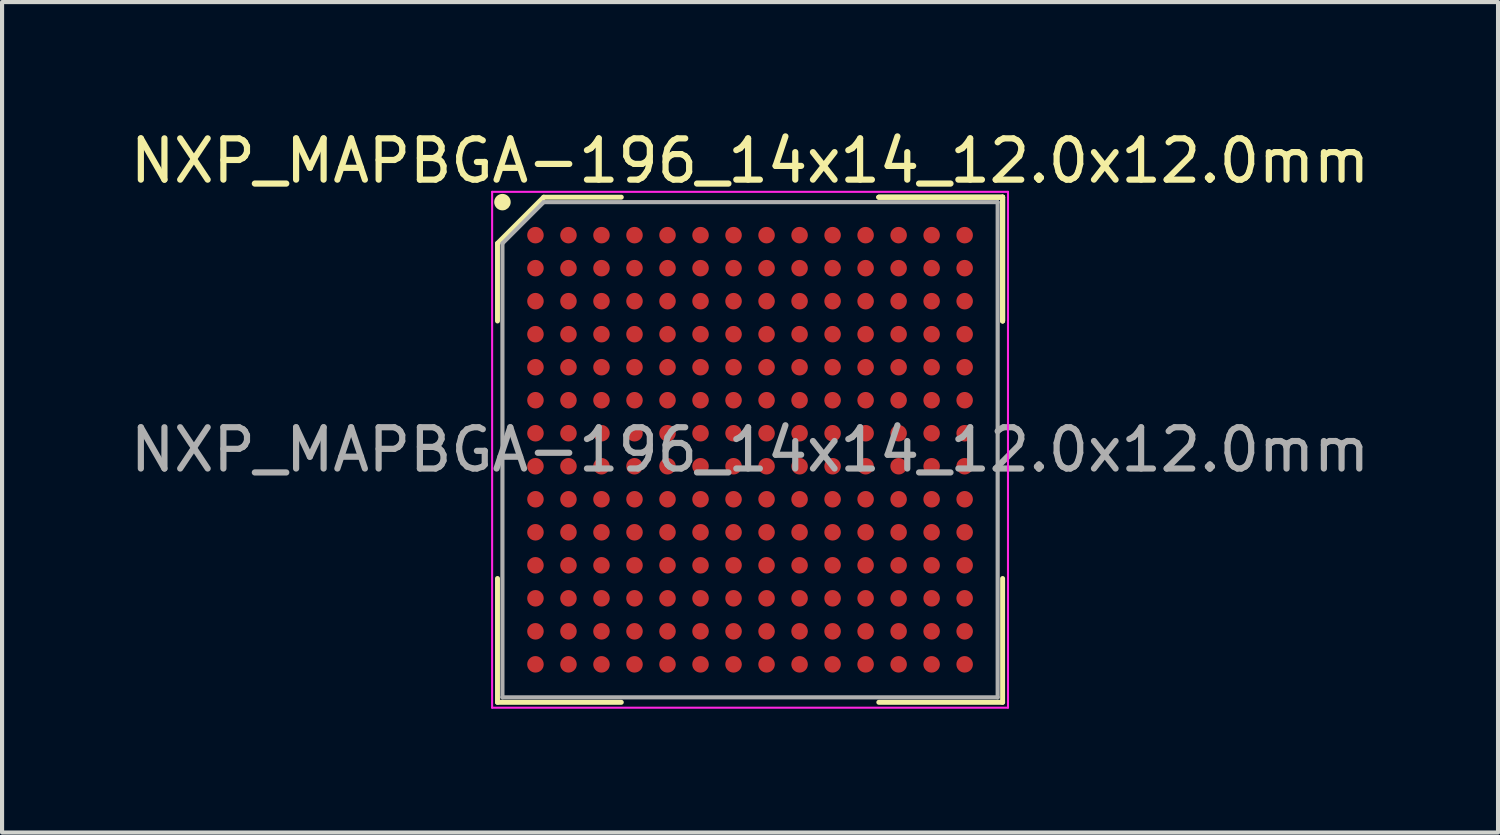
<source format=kicad_pcb>
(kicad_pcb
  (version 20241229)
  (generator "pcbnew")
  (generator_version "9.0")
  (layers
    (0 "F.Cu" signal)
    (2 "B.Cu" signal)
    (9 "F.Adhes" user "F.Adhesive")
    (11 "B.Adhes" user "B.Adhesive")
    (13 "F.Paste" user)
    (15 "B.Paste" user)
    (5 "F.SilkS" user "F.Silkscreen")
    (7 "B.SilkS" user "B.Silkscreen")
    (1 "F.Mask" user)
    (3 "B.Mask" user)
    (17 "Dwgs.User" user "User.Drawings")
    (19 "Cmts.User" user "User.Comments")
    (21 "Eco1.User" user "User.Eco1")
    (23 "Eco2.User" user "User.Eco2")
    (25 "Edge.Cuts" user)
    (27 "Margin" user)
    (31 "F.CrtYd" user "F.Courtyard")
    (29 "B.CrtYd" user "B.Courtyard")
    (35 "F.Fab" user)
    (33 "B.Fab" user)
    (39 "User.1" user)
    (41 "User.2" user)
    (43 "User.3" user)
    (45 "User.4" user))
  (footprint "NXP_MAPBGA-196_14x14_12.0x12.0mm"
    (layer "F.Cu")
    (at 15.125 7.848)
    (property "Reference" "NXP_MAPBGA-196_14x14_12.0x12.0mm" (at 0 -7 0) (layer "F.SilkS") (effects (font (size 1 1) (thickness 0.15))))
    (attr through_hole)
    (fp_line (start -6.12 -5) (end -6.12 -3.12) (stroke (width 0.12) (type solid)) (layer "F.SilkS"))
    (fp_line (start -6.12 6.12) (end -6.12 3.12) (stroke (width 0.12) (type solid)) (layer "F.SilkS"))
    (fp_line (start -5 -6.12) (end -6.12 -5) (stroke (width 0.12) (type solid)) (layer "F.SilkS"))
    (fp_line (start -3.12 -6.12) (end -5 -6.12) (stroke (width 0.12) (type solid)) (layer "F.SilkS"))
    (fp_line (start -3.12 6.12) (end -6.12 6.12) (stroke (width 0.12) (type solid)) (layer "F.SilkS"))
    (fp_line (start 3.12 -6.12) (end 6.12 -6.12) (stroke (width 0.12) (type solid)) (layer "F.SilkS"))
    (fp_line (start 3.12 -6.12) (end 6.12 -6.12) (stroke (width 0.12) (type solid)) (layer "F.SilkS"))
    (fp_line (start 3.12 -6.12) (end 6.12 -6.12) (stroke (width 0.12) (type solid)) (layer "F.SilkS"))
    (fp_line (start 3.12 6.12) (end 6.12 6.12) (stroke (width 0.12) (type solid)) (layer "F.SilkS"))
    (fp_line (start 6.12 -6.12) (end 6.12 -3.12) (stroke (width 0.12) (type solid)) (layer "F.SilkS"))
    (fp_line (start 6.12 -6.12) (end 6.12 -3.12) (stroke (width 0.12) (type solid)) (layer "F.SilkS"))
    (fp_line (start 6.12 -6.12) (end 6.12 -3.12) (stroke (width 0.12) (type solid)) (layer "F.SilkS"))
    (fp_line (start 6.12 6.12) (end 6.12 3.12) (stroke (width 0.12) (type solid)) (layer "F.SilkS"))
    (fp_circle (center -6 -6) (end -6 -5.9) (stroke (width 0.2) (type solid)) (fill no) (layer "F.SilkS"))
    (fp_line (start -6.25 -6.25) (end 6.25 -6.25) (stroke (width 0.05) (type solid)) (layer "F.CrtYd"))
    (fp_line (start -6.25 6.25) (end -6.25 -6.25) (stroke (width 0.05) (type solid)) (layer "F.CrtYd"))
    (fp_line (start 6.25 -6.25) (end 6.25 6.25) (stroke (width 0.05) (type solid)) (layer "F.CrtYd"))
    (fp_line (start 6.25 6.25) (end -6.25 6.25) (stroke (width 0.05) (type solid)) (layer "F.CrtYd"))
    (fp_line (start -6 -5) (end -6 6) (stroke (width 0.1) (type solid)) (layer "F.Fab"))
    (fp_line (start -6 6) (end 6 6) (stroke (width 0.1) (type solid)) (layer "F.Fab"))
    (fp_line (start -5 -6) (end -6 -5) (stroke (width 0.1) (type solid)) (layer "F.Fab"))
    (fp_line (start 6 -6) (end -5 -6) (stroke (width 0.1) (type solid)) (layer "F.Fab"))
    (fp_line (start 6 6) (end 6 -6) (stroke (width 0.1) (type solid)) (layer "F.Fab"))
    (fp_text user "${REFERENCE}" (at 0 0 0) (layer "F.Fab") (effects (font (size 1 1) (thickness 0.15))))
    (pad "A1" smd circle (at -5.2 -5.2) (size 0.4 0.4) (layers "F.Cu" "F.Mask" "F.Paste"))
    (pad "A2" smd circle (at -4.4 -5.2) (size 0.4 0.4) (layers "F.Cu" "F.Mask" "F.Paste"))
    (pad "A3" smd circle (at -3.6 -5.2) (size 0.4 0.4) (layers "F.Cu" "F.Mask" "F.Paste"))
    (pad "A4" smd circle (at -2.8 -5.2) (size 0.4 0.4) (layers "F.Cu" "F.Mask" "F.Paste"))
    (pad "A5" smd circle (at -2 -5.2) (size 0.4 0.4) (layers "F.Cu" "F.Mask" "F.Paste"))
    (pad "A6" smd circle (at -1.2 -5.2) (size 0.4 0.4) (layers "F.Cu" "F.Mask" "F.Paste"))
    (pad "A7" smd circle (at -0.4 -5.2) (size 0.4 0.4) (layers "F.Cu" "F.Mask" "F.Paste"))
    (pad "A8" smd circle (at 0.4 -5.2) (size 0.4 0.4) (layers "F.Cu" "F.Mask" "F.Paste"))
    (pad "A9" smd circle (at 1.2 -5.2) (size 0.4 0.4) (layers "F.Cu" "F.Mask" "F.Paste"))
    (pad "A10" smd circle (at 2 -5.2) (size 0.4 0.4) (layers "F.Cu" "F.Mask" "F.Paste"))
    (pad "A11" smd circle (at 2.8 -5.2) (size 0.4 0.4) (layers "F.Cu" "F.Mask" "F.Paste"))
    (pad "A12" smd circle (at 3.6 -5.2) (size 0.4 0.4) (layers "F.Cu" "F.Mask" "F.Paste"))
    (pad "A13" smd circle (at 4.4 -5.2) (size 0.4 0.4) (layers "F.Cu" "F.Mask" "F.Paste"))
    (pad "A14" smd circle (at 5.2 -5.2) (size 0.4 0.4) (layers "F.Cu" "F.Mask" "F.Paste"))
    (pad "B1" smd circle (at -5.2 -4.4) (size 0.4 0.4) (layers "F.Cu" "F.Mask" "F.Paste"))
    (pad "B2" smd circle (at -4.4 -4.4) (size 0.4 0.4) (layers "F.Cu" "F.Mask" "F.Paste"))
    (pad "B3" smd circle (at -3.6 -4.4) (size 0.4 0.4) (layers "F.Cu" "F.Mask" "F.Paste"))
    (pad "B4" smd circle (at -2.8 -4.4) (size 0.4 0.4) (layers "F.Cu" "F.Mask" "F.Paste"))
    (pad "B5" smd circle (at -2 -4.4) (size 0.4 0.4) (layers "F.Cu" "F.Mask" "F.Paste"))
    (pad "B6" smd circle (at -1.2 -4.4) (size 0.4 0.4) (layers "F.Cu" "F.Mask" "F.Paste"))
    (pad "B7" smd circle (at -0.4 -4.4) (size 0.4 0.4) (layers "F.Cu" "F.Mask" "F.Paste"))
    (pad "B8" smd circle (at 0.4 -4.4) (size 0.4 0.4) (layers "F.Cu" "F.Mask" "F.Paste"))
    (pad "B9" smd circle (at 1.2 -4.4) (size 0.4 0.4) (layers "F.Cu" "F.Mask" "F.Paste"))
    (pad "B10" smd circle (at 2 -4.4) (size 0.4 0.4) (layers "F.Cu" "F.Mask" "F.Paste"))
    (pad "B11" smd circle (at 2.8 -4.4) (size 0.4 0.4) (layers "F.Cu" "F.Mask" "F.Paste"))
    (pad "B12" smd circle (at 3.6 -4.4) (size 0.4 0.4) (layers "F.Cu" "F.Mask" "F.Paste"))
    (pad "B13" smd circle (at 4.4 -4.4) (size 0.4 0.4) (layers "F.Cu" "F.Mask" "F.Paste"))
    (pad "B14" smd circle (at 5.2 -4.4) (size 0.4 0.4) (layers "F.Cu" "F.Mask" "F.Paste"))
    (pad "C1" smd circle (at -5.2 -3.6) (size 0.4 0.4) (layers "F.Cu" "F.Mask" "F.Paste"))
    (pad "C2" smd circle (at -4.4 -3.6) (size 0.4 0.4) (layers "F.Cu" "F.Mask" "F.Paste"))
    (pad "C3" smd circle (at -3.6 -3.6) (size 0.4 0.4) (layers "F.Cu" "F.Mask" "F.Paste"))
    (pad "C4" smd circle (at -2.8 -3.6) (size 0.4 0.4) (layers "F.Cu" "F.Mask" "F.Paste"))
    (pad "C5" smd circle (at -2 -3.6) (size 0.4 0.4) (layers "F.Cu" "F.Mask" "F.Paste"))
    (pad "C6" smd circle (at -1.2 -3.6) (size 0.4 0.4) (layers "F.Cu" "F.Mask" "F.Paste"))
    (pad "C7" smd circle (at -0.4 -3.6) (size 0.4 0.4) (layers "F.Cu" "F.Mask" "F.Paste"))
    (pad "C8" smd circle (at 0.4 -3.6) (size 0.4 0.4) (layers "F.Cu" "F.Mask" "F.Paste"))
    (pad "C9" smd circle (at 1.2 -3.6) (size 0.4 0.4) (layers "F.Cu" "F.Mask" "F.Paste"))
    (pad "C10" smd circle (at 2 -3.6) (size 0.4 0.4) (layers "F.Cu" "F.Mask" "F.Paste"))
    (pad "C11" smd circle (at 2.8 -3.6) (size 0.4 0.4) (layers "F.Cu" "F.Mask" "F.Paste"))
    (pad "C12" smd circle (at 3.6 -3.6) (size 0.4 0.4) (layers "F.Cu" "F.Mask" "F.Paste"))
    (pad "C13" smd circle (at 4.4 -3.6) (size 0.4 0.4) (layers "F.Cu" "F.Mask" "F.Paste"))
    (pad "C14" smd circle (at 5.2 -3.6) (size 0.4 0.4) (layers "F.Cu" "F.Mask" "F.Paste"))
    (pad "D1" smd circle (at -5.2 -2.8) (size 0.4 0.4) (layers "F.Cu" "F.Mask" "F.Paste"))
    (pad "D2" smd circle (at -4.4 -2.8) (size 0.4 0.4) (layers "F.Cu" "F.Mask" "F.Paste"))
    (pad "D3" smd circle (at -3.6 -2.8) (size 0.4 0.4) (layers "F.Cu" "F.Mask" "F.Paste"))
    (pad "D4" smd circle (at -2.8 -2.8) (size 0.4 0.4) (layers "F.Cu" "F.Mask" "F.Paste"))
    (pad "D5" smd circle (at -2 -2.8) (size 0.4 0.4) (layers "F.Cu" "F.Mask" "F.Paste"))
    (pad "D6" smd circle (at -1.2 -2.8) (size 0.4 0.4) (layers "F.Cu" "F.Mask" "F.Paste"))
    (pad "D7" smd circle (at -0.4 -2.8) (size 0.4 0.4) (layers "F.Cu" "F.Mask" "F.Paste"))
    (pad "D8" smd circle (at 0.4 -2.8) (size 0.4 0.4) (layers "F.Cu" "F.Mask" "F.Paste"))
    (pad "D9" smd circle (at 1.2 -2.8) (size 0.4 0.4) (layers "F.Cu" "F.Mask" "F.Paste"))
    (pad "D10" smd circle (at 2 -2.8) (size 0.4 0.4) (layers "F.Cu" "F.Mask" "F.Paste"))
    (pad "D11" smd circle (at 2.8 -2.8) (size 0.4 0.4) (layers "F.Cu" "F.Mask" "F.Paste"))
    (pad "D12" smd circle (at 3.6 -2.8) (size 0.4 0.4) (layers "F.Cu" "F.Mask" "F.Paste"))
    (pad "D13" smd circle (at 4.4 -2.8) (size 0.4 0.4) (layers "F.Cu" "F.Mask" "F.Paste"))
    (pad "D14" smd circle (at 5.2 -2.8) (size 0.4 0.4) (layers "F.Cu" "F.Mask" "F.Paste"))
    (pad "E1" smd circle (at -5.2 -2) (size 0.4 0.4) (layers "F.Cu" "F.Mask" "F.Paste"))
    (pad "E2" smd circle (at -4.4 -2) (size 0.4 0.4) (layers "F.Cu" "F.Mask" "F.Paste"))
    (pad "E3" smd circle (at -3.6 -2) (size 0.4 0.4) (layers "F.Cu" "F.Mask" "F.Paste"))
    (pad "E4" smd circle (at -2.8 -2) (size 0.4 0.4) (layers "F.Cu" "F.Mask" "F.Paste"))
    (pad "E5" smd circle (at -2 -2) (size 0.4 0.4) (layers "F.Cu" "F.Mask" "F.Paste"))
    (pad "E6" smd circle (at -1.2 -2) (size 0.4 0.4) (layers "F.Cu" "F.Mask" "F.Paste"))
    (pad "E7" smd circle (at -0.4 -2) (size 0.4 0.4) (layers "F.Cu" "F.Mask" "F.Paste"))
    (pad "E8" smd circle (at 0.4 -2) (size 0.4 0.4) (layers "F.Cu" "F.Mask" "F.Paste"))
    (pad "E9" smd circle (at 1.2 -2) (size 0.4 0.4) (layers "F.Cu" "F.Mask" "F.Paste"))
    (pad "E10" smd circle (at 2 -2) (size 0.4 0.4) (layers "F.Cu" "F.Mask" "F.Paste"))
    (pad "E11" smd circle (at 2.8 -2) (size 0.4 0.4) (layers "F.Cu" "F.Mask" "F.Paste"))
    (pad "E12" smd circle (at 3.6 -2) (size 0.4 0.4) (layers "F.Cu" "F.Mask" "F.Paste"))
    (pad "E13" smd circle (at 4.4 -2) (size 0.4 0.4) (layers "F.Cu" "F.Mask" "F.Paste"))
    (pad "E14" smd circle (at 5.2 -2) (size 0.4 0.4) (layers "F.Cu" "F.Mask" "F.Paste"))
    (pad "F1" smd circle (at -5.2 -1.2) (size 0.4 0.4) (layers "F.Cu" "F.Mask" "F.Paste"))
    (pad "F2" smd circle (at -4.4 -1.2) (size 0.4 0.4) (layers "F.Cu" "F.Mask" "F.Paste"))
    (pad "F3" smd circle (at -3.6 -1.2) (size 0.4 0.4) (layers "F.Cu" "F.Mask" "F.Paste"))
    (pad "F4" smd circle (at -2.8 -1.2) (size 0.4 0.4) (layers "F.Cu" "F.Mask" "F.Paste"))
    (pad "F5" smd circle (at -2 -1.2) (size 0.4 0.4) (layers "F.Cu" "F.Mask" "F.Paste"))
    (pad "F6" smd circle (at -1.2 -1.2) (size 0.4 0.4) (layers "F.Cu" "F.Mask" "F.Paste"))
    (pad "F7" smd circle (at -0.4 -1.2) (size 0.4 0.4) (layers "F.Cu" "F.Mask" "F.Paste"))
    (pad "F8" smd circle (at 0.4 -1.2) (size 0.4 0.4) (layers "F.Cu" "F.Mask" "F.Paste"))
    (pad "F9" smd circle (at 1.2 -1.2) (size 0.4 0.4) (layers "F.Cu" "F.Mask" "F.Paste"))
    (pad "F10" smd circle (at 2 -1.2) (size 0.4 0.4) (layers "F.Cu" "F.Mask" "F.Paste"))
    (pad "F11" smd circle (at 2.8 -1.2) (size 0.4 0.4) (layers "F.Cu" "F.Mask" "F.Paste"))
    (pad "F12" smd circle (at 3.6 -1.2) (size 0.4 0.4) (layers "F.Cu" "F.Mask" "F.Paste"))
    (pad "F13" smd circle (at 4.4 -1.2) (size 0.4 0.4) (layers "F.Cu" "F.Mask" "F.Paste"))
    (pad "F14" smd circle (at 5.2 -1.2) (size 0.4 0.4) (layers "F.Cu" "F.Mask" "F.Paste"))
    (pad "G1" smd circle (at -5.2 -0.4) (size 0.4 0.4) (layers "F.Cu" "F.Mask" "F.Paste"))
    (pad "G2" smd circle (at -4.4 -0.4) (size 0.4 0.4) (layers "F.Cu" "F.Mask" "F.Paste"))
    (pad "G3" smd circle (at -3.6 -0.4) (size 0.4 0.4) (layers "F.Cu" "F.Mask" "F.Paste"))
    (pad "G4" smd circle (at -2.8 -0.4) (size 0.4 0.4) (layers "F.Cu" "F.Mask" "F.Paste"))
    (pad "G5" smd circle (at -2 -0.4) (size 0.4 0.4) (layers "F.Cu" "F.Mask" "F.Paste"))
    (pad "G6" smd circle (at -1.2 -0.4) (size 0.4 0.4) (layers "F.Cu" "F.Mask" "F.Paste"))
    (pad "G7" smd circle (at -0.4 -0.4) (size 0.4 0.4) (layers "F.Cu" "F.Mask" "F.Paste"))
    (pad "G8" smd circle (at 0.4 -0.4) (size 0.4 0.4) (layers "F.Cu" "F.Mask" "F.Paste"))
    (pad "G9" smd circle (at 1.2 -0.4) (size 0.4 0.4) (layers "F.Cu" "F.Mask" "F.Paste"))
    (pad "G10" smd circle (at 2 -0.4) (size 0.4 0.4) (layers "F.Cu" "F.Mask" "F.Paste"))
    (pad "G11" smd circle (at 2.8 -0.4) (size 0.4 0.4) (layers "F.Cu" "F.Mask" "F.Paste"))
    (pad "G12" smd circle (at 3.6 -0.4) (size 0.4 0.4) (layers "F.Cu" "F.Mask" "F.Paste"))
    (pad "G13" smd circle (at 4.4 -0.4) (size 0.4 0.4) (layers "F.Cu" "F.Mask" "F.Paste"))
    (pad "G14" smd circle (at 5.2 -0.4) (size 0.4 0.4) (layers "F.Cu" "F.Mask" "F.Paste"))
    (pad "H1" smd circle (at -5.2 0.4) (size 0.4 0.4) (layers "F.Cu" "F.Mask" "F.Paste"))
    (pad "H2" smd circle (at -4.4 0.4) (size 0.4 0.4) (layers "F.Cu" "F.Mask" "F.Paste"))
    (pad "H3" smd circle (at -3.6 0.4) (size 0.4 0.4) (layers "F.Cu" "F.Mask" "F.Paste"))
    (pad "H4" smd circle (at -2.8 0.4) (size 0.4 0.4) (layers "F.Cu" "F.Mask" "F.Paste"))
    (pad "H5" smd circle (at -2 0.4) (size 0.4 0.4) (layers "F.Cu" "F.Mask" "F.Paste"))
    (pad "H6" smd circle (at -1.2 0.4) (size 0.4 0.4) (layers "F.Cu" "F.Mask" "F.Paste"))
    (pad "H7" smd circle (at -0.4 0.4) (size 0.4 0.4) (layers "F.Cu" "F.Mask" "F.Paste"))
    (pad "H8" smd circle (at 0.4 0.4) (size 0.4 0.4) (layers "F.Cu" "F.Mask" "F.Paste"))
    (pad "H9" smd circle (at 1.2 0.4) (size 0.4 0.4) (layers "F.Cu" "F.Mask" "F.Paste"))
    (pad "H10" smd circle (at 2 0.4) (size 0.4 0.4) (layers "F.Cu" "F.Mask" "F.Paste"))
    (pad "H11" smd circle (at 2.8 0.4) (size 0.4 0.4) (layers "F.Cu" "F.Mask" "F.Paste"))
    (pad "H12" smd circle (at 3.6 0.4) (size 0.4 0.4) (layers "F.Cu" "F.Mask" "F.Paste"))
    (pad "H13" smd circle (at 4.4 0.4) (size 0.4 0.4) (layers "F.Cu" "F.Mask" "F.Paste"))
    (pad "H14" smd circle (at 5.2 0.4) (size 0.4 0.4) (layers "F.Cu" "F.Mask" "F.Paste"))
    (pad "J1" smd circle (at -5.2 1.2) (size 0.4 0.4) (layers "F.Cu" "F.Mask" "F.Paste"))
    (pad "J2" smd circle (at -4.4 1.2) (size 0.4 0.4) (layers "F.Cu" "F.Mask" "F.Paste"))
    (pad "J3" smd circle (at -3.6 1.2) (size 0.4 0.4) (layers "F.Cu" "F.Mask" "F.Paste"))
    (pad "J4" smd circle (at -2.8 1.2) (size 0.4 0.4) (layers "F.Cu" "F.Mask" "F.Paste"))
    (pad "J5" smd circle (at -2 1.2) (size 0.4 0.4) (layers "F.Cu" "F.Mask" "F.Paste"))
    (pad "J6" smd circle (at -1.2 1.2) (size 0.4 0.4) (layers "F.Cu" "F.Mask" "F.Paste"))
    (pad "J7" smd circle (at -0.4 1.2) (size 0.4 0.4) (layers "F.Cu" "F.Mask" "F.Paste"))
    (pad "J8" smd circle (at 0.4 1.2) (size 0.4 0.4) (layers "F.Cu" "F.Mask" "F.Paste"))
    (pad "J9" smd circle (at 1.2 1.2) (size 0.4 0.4) (layers "F.Cu" "F.Mask" "F.Paste"))
    (pad "J10" smd circle (at 2 1.2) (size 0.4 0.4) (layers "F.Cu" "F.Mask" "F.Paste"))
    (pad "J11" smd circle (at 2.8 1.2) (size 0.4 0.4) (layers "F.Cu" "F.Mask" "F.Paste"))
    (pad "J12" smd circle (at 3.6 1.2) (size 0.4 0.4) (layers "F.Cu" "F.Mask" "F.Paste"))
    (pad "J13" smd circle (at 4.4 1.2) (size 0.4 0.4) (layers "F.Cu" "F.Mask" "F.Paste"))
    (pad "J14" smd circle (at 5.2 1.2) (size 0.4 0.4) (layers "F.Cu" "F.Mask" "F.Paste"))
    (pad "K1" smd circle (at -5.2 2) (size 0.4 0.4) (layers "F.Cu" "F.Mask" "F.Paste"))
    (pad "K2" smd circle (at -4.4 2) (size 0.4 0.4) (layers "F.Cu" "F.Mask" "F.Paste"))
    (pad "K3" smd circle (at -3.6 2) (size 0.4 0.4) (layers "F.Cu" "F.Mask" "F.Paste"))
    (pad "K4" smd circle (at -2.8 2) (size 0.4 0.4) (layers "F.Cu" "F.Mask" "F.Paste"))
    (pad "K5" smd circle (at -2 2) (size 0.4 0.4) (layers "F.Cu" "F.Mask" "F.Paste"))
    (pad "K6" smd circle (at -1.2 2) (size 0.4 0.4) (layers "F.Cu" "F.Mask" "F.Paste"))
    (pad "K7" smd circle (at -0.4 2) (size 0.4 0.4) (layers "F.Cu" "F.Mask" "F.Paste"))
    (pad "K8" smd circle (at 0.4 2) (size 0.4 0.4) (layers "F.Cu" "F.Mask" "F.Paste"))
    (pad "K9" smd circle (at 1.2 2) (size 0.4 0.4) (layers "F.Cu" "F.Mask" "F.Paste"))
    (pad "K10" smd circle (at 2 2) (size 0.4 0.4) (layers "F.Cu" "F.Mask" "F.Paste"))
    (pad "K11" smd circle (at 2.8 2) (size 0.4 0.4) (layers "F.Cu" "F.Mask" "F.Paste"))
    (pad "K12" smd circle (at 3.6 2) (size 0.4 0.4) (layers "F.Cu" "F.Mask" "F.Paste"))
    (pad "K13" smd circle (at 4.4 2) (size 0.4 0.4) (layers "F.Cu" "F.Mask" "F.Paste"))
    (pad "K14" smd circle (at 5.2 2) (size 0.4 0.4) (layers "F.Cu" "F.Mask" "F.Paste"))
    (pad "L1" smd circle (at -5.2 2.8) (size 0.4 0.4) (layers "F.Cu" "F.Mask" "F.Paste"))
    (pad "L2" smd circle (at -4.4 2.8) (size 0.4 0.4) (layers "F.Cu" "F.Mask" "F.Paste"))
    (pad "L3" smd circle (at -3.6 2.8) (size 0.4 0.4) (layers "F.Cu" "F.Mask" "F.Paste"))
    (pad "L4" smd circle (at -2.8 2.8) (size 0.4 0.4) (layers "F.Cu" "F.Mask" "F.Paste"))
    (pad "L5" smd circle (at -2 2.8) (size 0.4 0.4) (layers "F.Cu" "F.Mask" "F.Paste"))
    (pad "L6" smd circle (at -1.2 2.8) (size 0.4 0.4) (layers "F.Cu" "F.Mask" "F.Paste"))
    (pad "L7" smd circle (at -0.4 2.8) (size 0.4 0.4) (layers "F.Cu" "F.Mask" "F.Paste"))
    (pad "L8" smd circle (at 0.4 2.8) (size 0.4 0.4) (layers "F.Cu" "F.Mask" "F.Paste"))
    (pad "L9" smd circle (at 1.2 2.8) (size 0.4 0.4) (layers "F.Cu" "F.Mask" "F.Paste"))
    (pad "L10" smd circle (at 2 2.8) (size 0.4 0.4) (layers "F.Cu" "F.Mask" "F.Paste"))
    (pad "L11" smd circle (at 2.8 2.8) (size 0.4 0.4) (layers "F.Cu" "F.Mask" "F.Paste"))
    (pad "L12" smd circle (at 3.6 2.8) (size 0.4 0.4) (layers "F.Cu" "F.Mask" "F.Paste"))
    (pad "L13" smd circle (at 4.4 2.8) (size 0.4 0.4) (layers "F.Cu" "F.Mask" "F.Paste"))
    (pad "L14" smd circle (at 5.2 2.8) (size 0.4 0.4) (layers "F.Cu" "F.Mask" "F.Paste"))
    (pad "M1" smd circle (at -5.2 3.6) (size 0.4 0.4) (layers "F.Cu" "F.Mask" "F.Paste"))
    (pad "M2" smd circle (at -4.4 3.6) (size 0.4 0.4) (layers "F.Cu" "F.Mask" "F.Paste"))
    (pad "M3" smd circle (at -3.6 3.6) (size 0.4 0.4) (layers "F.Cu" "F.Mask" "F.Paste"))
    (pad "M4" smd circle (at -2.8 3.6) (size 0.4 0.4) (layers "F.Cu" "F.Mask" "F.Paste"))
    (pad "M5" smd circle (at -2 3.6) (size 0.4 0.4) (layers "F.Cu" "F.Mask" "F.Paste"))
    (pad "M6" smd circle (at -1.2 3.6) (size 0.4 0.4) (layers "F.Cu" "F.Mask" "F.Paste"))
    (pad "M7" smd circle (at -0.4 3.6) (size 0.4 0.4) (layers "F.Cu" "F.Mask" "F.Paste"))
    (pad "M8" smd circle (at 0.4 3.6) (size 0.4 0.4) (layers "F.Cu" "F.Mask" "F.Paste"))
    (pad "M9" smd circle (at 1.2 3.6) (size 0.4 0.4) (layers "F.Cu" "F.Mask" "F.Paste"))
    (pad "M10" smd circle (at 2 3.6) (size 0.4 0.4) (layers "F.Cu" "F.Mask" "F.Paste"))
    (pad "M11" smd circle (at 2.8 3.6) (size 0.4 0.4) (layers "F.Cu" "F.Mask" "F.Paste"))
    (pad "M12" smd circle (at 3.6 3.6) (size 0.4 0.4) (layers "F.Cu" "F.Mask" "F.Paste"))
    (pad "M13" smd circle (at 4.4 3.6) (size 0.4 0.4) (layers "F.Cu" "F.Mask" "F.Paste"))
    (pad "M14" smd circle (at 5.2 3.6) (size 0.4 0.4) (layers "F.Cu" "F.Mask" "F.Paste"))
    (pad "N1" smd circle (at -5.2 4.4) (size 0.4 0.4) (layers "F.Cu" "F.Mask" "F.Paste"))
    (pad "N2" smd circle (at -4.4 4.4) (size 0.4 0.4) (layers "F.Cu" "F.Mask" "F.Paste"))
    (pad "N3" smd circle (at -3.6 4.4) (size 0.4 0.4) (layers "F.Cu" "F.Mask" "F.Paste"))
    (pad "N4" smd circle (at -2.8 4.4) (size 0.4 0.4) (layers "F.Cu" "F.Mask" "F.Paste"))
    (pad "N5" smd circle (at -2 4.4) (size 0.4 0.4) (layers "F.Cu" "F.Mask" "F.Paste"))
    (pad "N6" smd circle (at -1.2 4.4) (size 0.4 0.4) (layers "F.Cu" "F.Mask" "F.Paste"))
    (pad "N7" smd circle (at -0.4 4.4) (size 0.4 0.4) (layers "F.Cu" "F.Mask" "F.Paste"))
    (pad "N8" smd circle (at 0.4 4.4) (size 0.4 0.4) (layers "F.Cu" "F.Mask" "F.Paste"))
    (pad "N9" smd circle (at 1.2 4.4) (size 0.4 0.4) (layers "F.Cu" "F.Mask" "F.Paste"))
    (pad "N10" smd circle (at 2 4.4) (size 0.4 0.4) (layers "F.Cu" "F.Mask" "F.Paste"))
    (pad "N11" smd circle (at 2.8 4.4) (size 0.4 0.4) (layers "F.Cu" "F.Mask" "F.Paste"))
    (pad "N12" smd circle (at 3.6 4.4) (size 0.4 0.4) (layers "F.Cu" "F.Mask" "F.Paste"))
    (pad "N13" smd circle (at 4.4 4.4) (size 0.4 0.4) (layers "F.Cu" "F.Mask" "F.Paste"))
    (pad "N14" smd circle (at 5.2 4.4) (size 0.4 0.4) (layers "F.Cu" "F.Mask" "F.Paste"))
    (pad "P1" smd circle (at -5.2 5.2) (size 0.4 0.4) (layers "F.Cu" "F.Mask" "F.Paste"))
    (pad "P2" smd circle (at -4.4 5.2) (size 0.4 0.4) (layers "F.Cu" "F.Mask" "F.Paste"))
    (pad "P3" smd circle (at -3.6 5.2) (size 0.4 0.4) (layers "F.Cu" "F.Mask" "F.Paste"))
    (pad "P4" smd circle (at -2.8 5.2) (size 0.4 0.4) (layers "F.Cu" "F.Mask" "F.Paste"))
    (pad "P5" smd circle (at -2 5.2) (size 0.4 0.4) (layers "F.Cu" "F.Mask" "F.Paste"))
    (pad "P6" smd circle (at -1.2 5.2) (size 0.4 0.4) (layers "F.Cu" "F.Mask" "F.Paste"))
    (pad "P7" smd circle (at -0.4 5.2) (size 0.4 0.4) (layers "F.Cu" "F.Mask" "F.Paste"))
    (pad "P8" smd circle (at 0.4 5.2) (size 0.4 0.4) (layers "F.Cu" "F.Mask" "F.Paste"))
    (pad "P9" smd circle (at 1.2 5.2) (size 0.4 0.4) (layers "F.Cu" "F.Mask" "F.Paste"))
    (pad "P10" smd circle (at 2 5.2) (size 0.4 0.4) (layers "F.Cu" "F.Mask" "F.Paste"))
    (pad "P11" smd circle (at 2.8 5.2) (size 0.4 0.4) (layers "F.Cu" "F.Mask" "F.Paste"))
    (pad "P12" smd circle (at 3.6 5.2) (size 0.4 0.4) (layers "F.Cu" "F.Mask" "F.Paste"))
    (pad "P13" smd circle (at 4.4 5.2) (size 0.4 0.4) (layers "F.Cu" "F.Mask" "F.Paste"))
    (pad "P14" smd circle (at 5.2 5.2) (size 0.4 0.4) (layers "F.Cu" "F.Mask" "F.Paste")))
  (gr_rect
    (start -3 -3)
    (end 33.25 17.123)
    (stroke (width 0.1) (type default))
    (fill no)
    (layer "Edge.Cuts")))
</source>
